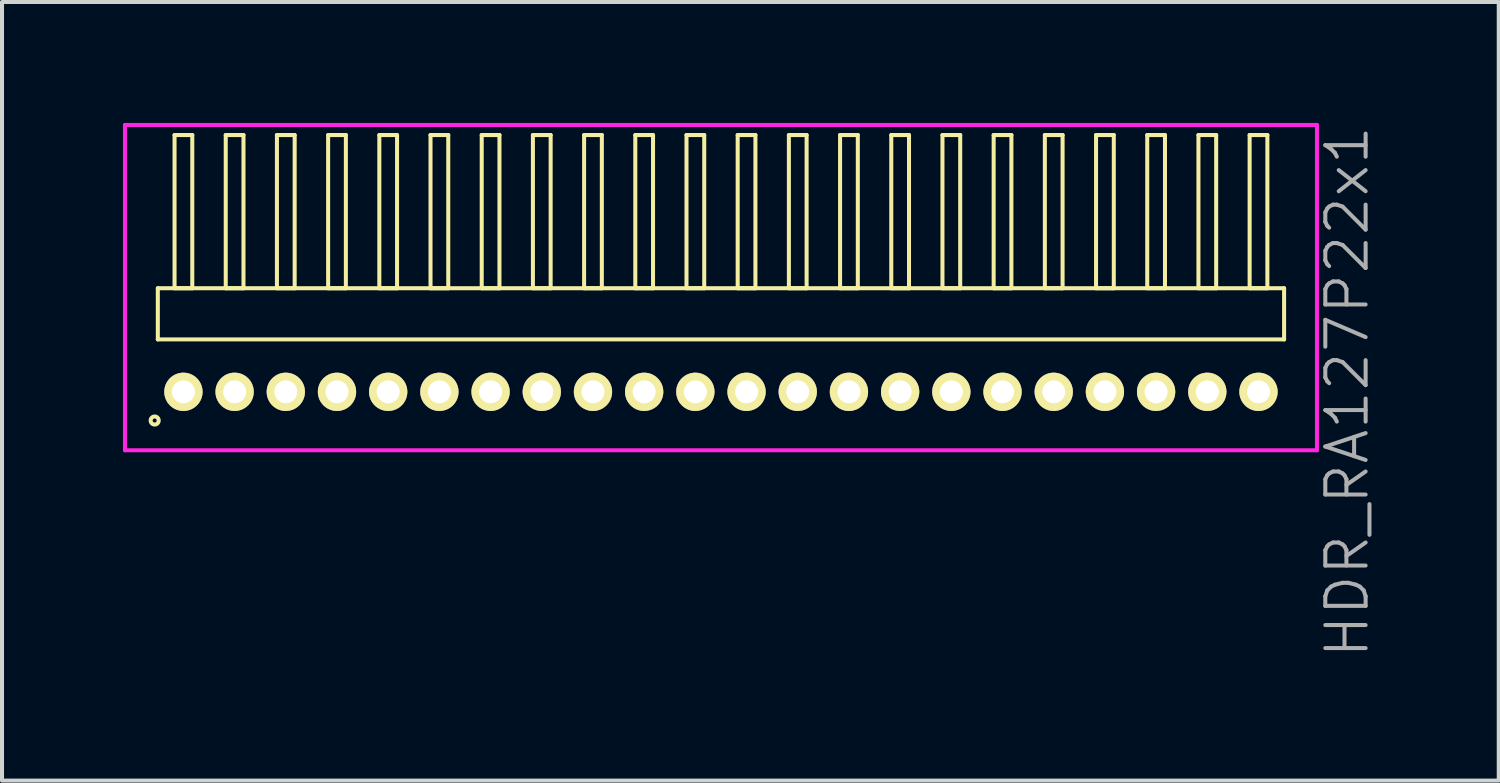
<source format=kicad_pcb>
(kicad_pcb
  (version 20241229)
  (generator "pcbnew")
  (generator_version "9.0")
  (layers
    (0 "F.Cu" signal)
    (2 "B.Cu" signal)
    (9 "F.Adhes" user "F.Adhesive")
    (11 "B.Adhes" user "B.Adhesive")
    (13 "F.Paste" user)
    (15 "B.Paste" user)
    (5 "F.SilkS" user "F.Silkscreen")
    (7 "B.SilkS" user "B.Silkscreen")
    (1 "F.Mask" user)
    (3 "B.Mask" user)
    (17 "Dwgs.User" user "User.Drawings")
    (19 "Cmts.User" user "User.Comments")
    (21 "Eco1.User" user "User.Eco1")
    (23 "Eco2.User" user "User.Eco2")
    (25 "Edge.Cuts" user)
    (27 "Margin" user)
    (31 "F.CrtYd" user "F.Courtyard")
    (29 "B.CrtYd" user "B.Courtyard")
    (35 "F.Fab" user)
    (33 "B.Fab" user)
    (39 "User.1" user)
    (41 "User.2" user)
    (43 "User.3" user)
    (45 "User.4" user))
  (footprint "HDR_RA127P22x1"
    (layer "F.Cu")
    (at 14.835 6.67)
    (property "Reference" "HDR_RA127P22x1" (at 15.535 0 90) (layer "F.Fab") (effects (font (size 1 1) (thickness 0.1))))
    (attr through_hole)
    (fp_line (start -13.97 -2.57) (end -13.97 -1.3) (stroke (width 0.1) (type solid)) (layer "F.SilkS"))
    (fp_line (start -13.97 -1.3) (end 13.97 -1.3) (stroke (width 0.1) (type solid)) (layer "F.SilkS"))
    (fp_line (start -13.555 -6.37) (end -13.555 -2.57) (stroke (width 0.1) (type solid)) (layer "F.SilkS"))
    (fp_line (start -13.555 -2.57) (end -13.115 -2.57) (stroke (width 0.1) (type solid)) (layer "F.SilkS"))
    (fp_line (start -13.115 -6.37) (end -13.555 -6.37) (stroke (width 0.1) (type solid)) (layer "F.SilkS"))
    (fp_line (start -13.115 -2.57) (end -13.115 -6.37) (stroke (width 0.1) (type solid)) (layer "F.SilkS"))
    (fp_line (start -12.285 -6.37) (end -12.285 -2.57) (stroke (width 0.1) (type solid)) (layer "F.SilkS"))
    (fp_line (start -12.285 -2.57) (end -11.845 -2.57) (stroke (width 0.1) (type solid)) (layer "F.SilkS"))
    (fp_line (start -11.845 -6.37) (end -12.285 -6.37) (stroke (width 0.1) (type solid)) (layer "F.SilkS"))
    (fp_line (start -11.845 -2.57) (end -11.845 -6.37) (stroke (width 0.1) (type solid)) (layer "F.SilkS"))
    (fp_line (start -11.015 -6.37) (end -11.015 -2.57) (stroke (width 0.1) (type solid)) (layer "F.SilkS"))
    (fp_line (start -11.015 -2.57) (end -10.575 -2.57) (stroke (width 0.1) (type solid)) (layer "F.SilkS"))
    (fp_line (start -10.575 -6.37) (end -11.015 -6.37) (stroke (width 0.1) (type solid)) (layer "F.SilkS"))
    (fp_line (start -10.575 -2.57) (end -10.575 -6.37) (stroke (width 0.1) (type solid)) (layer "F.SilkS"))
    (fp_line (start -9.745 -6.37) (end -9.745 -2.57) (stroke (width 0.1) (type solid)) (layer "F.SilkS"))
    (fp_line (start -9.745 -2.57) (end -9.305 -2.57) (stroke (width 0.1) (type solid)) (layer "F.SilkS"))
    (fp_line (start -9.305 -6.37) (end -9.745 -6.37) (stroke (width 0.1) (type solid)) (layer "F.SilkS"))
    (fp_line (start -9.305 -2.57) (end -9.305 -6.37) (stroke (width 0.1) (type solid)) (layer "F.SilkS"))
    (fp_line (start -8.475 -6.37) (end -8.475 -2.57) (stroke (width 0.1) (type solid)) (layer "F.SilkS"))
    (fp_line (start -8.475 -2.57) (end -8.035 -2.57) (stroke (width 0.1) (type solid)) (layer "F.SilkS"))
    (fp_line (start -8.035 -6.37) (end -8.475 -6.37) (stroke (width 0.1) (type solid)) (layer "F.SilkS"))
    (fp_line (start -8.035 -2.57) (end -8.035 -6.37) (stroke (width 0.1) (type solid)) (layer "F.SilkS"))
    (fp_line (start -7.205 -6.37) (end -7.205 -2.57) (stroke (width 0.1) (type solid)) (layer "F.SilkS"))
    (fp_line (start -7.205 -2.57) (end -6.765 -2.57) (stroke (width 0.1) (type solid)) (layer "F.SilkS"))
    (fp_line (start -6.765 -6.37) (end -7.205 -6.37) (stroke (width 0.1) (type solid)) (layer "F.SilkS"))
    (fp_line (start -6.765 -2.57) (end -6.765 -6.37) (stroke (width 0.1) (type solid)) (layer "F.SilkS"))
    (fp_line (start -5.935 -6.37) (end -5.935 -2.57) (stroke (width 0.1) (type solid)) (layer "F.SilkS"))
    (fp_line (start -5.935 -2.57) (end -5.495 -2.57) (stroke (width 0.1) (type solid)) (layer "F.SilkS"))
    (fp_line (start -5.495 -6.37) (end -5.935 -6.37) (stroke (width 0.1) (type solid)) (layer "F.SilkS"))
    (fp_line (start -5.495 -2.57) (end -5.495 -6.37) (stroke (width 0.1) (type solid)) (layer "F.SilkS"))
    (fp_line (start -4.665 -6.37) (end -4.665 -2.57) (stroke (width 0.1) (type solid)) (layer "F.SilkS"))
    (fp_line (start -4.665 -2.57) (end -4.225 -2.57) (stroke (width 0.1) (type solid)) (layer "F.SilkS"))
    (fp_line (start -4.225 -6.37) (end -4.665 -6.37) (stroke (width 0.1) (type solid)) (layer "F.SilkS"))
    (fp_line (start -4.225 -2.57) (end -4.225 -6.37) (stroke (width 0.1) (type solid)) (layer "F.SilkS"))
    (fp_line (start -3.395 -6.37) (end -3.395 -2.57) (stroke (width 0.1) (type solid)) (layer "F.SilkS"))
    (fp_line (start -3.395 -2.57) (end -2.955 -2.57) (stroke (width 0.1) (type solid)) (layer "F.SilkS"))
    (fp_line (start -2.955 -6.37) (end -3.395 -6.37) (stroke (width 0.1) (type solid)) (layer "F.SilkS"))
    (fp_line (start -2.955 -2.57) (end -2.955 -6.37) (stroke (width 0.1) (type solid)) (layer "F.SilkS"))
    (fp_line (start -2.125 -6.37) (end -2.125 -2.57) (stroke (width 0.1) (type solid)) (layer "F.SilkS"))
    (fp_line (start -2.125 -2.57) (end -1.685 -2.57) (stroke (width 0.1) (type solid)) (layer "F.SilkS"))
    (fp_line (start -1.685 -6.37) (end -2.125 -6.37) (stroke (width 0.1) (type solid)) (layer "F.SilkS"))
    (fp_line (start -1.685 -2.57) (end -1.685 -6.37) (stroke (width 0.1) (type solid)) (layer "F.SilkS"))
    (fp_line (start -0.855 -6.37) (end -0.855 -2.57) (stroke (width 0.1) (type solid)) (layer "F.SilkS"))
    (fp_line (start -0.855 -2.57) (end -0.415 -2.57) (stroke (width 0.1) (type solid)) (layer "F.SilkS"))
    (fp_line (start -0.415 -6.37) (end -0.855 -6.37) (stroke (width 0.1) (type solid)) (layer "F.SilkS"))
    (fp_line (start -0.415 -2.57) (end -0.415 -6.37) (stroke (width 0.1) (type solid)) (layer "F.SilkS"))
    (fp_line (start 0.415 -6.37) (end 0.415 -2.57) (stroke (width 0.1) (type solid)) (layer "F.SilkS"))
    (fp_line (start 0.415 -2.57) (end 0.855 -2.57) (stroke (width 0.1) (type solid)) (layer "F.SilkS"))
    (fp_line (start 0.855 -6.37) (end 0.415 -6.37) (stroke (width 0.1) (type solid)) (layer "F.SilkS"))
    (fp_line (start 0.855 -2.57) (end 0.855 -6.37) (stroke (width 0.1) (type solid)) (layer "F.SilkS"))
    (fp_line (start 1.685 -6.37) (end 1.685 -2.57) (stroke (width 0.1) (type solid)) (layer "F.SilkS"))
    (fp_line (start 1.685 -2.57) (end 2.125 -2.57) (stroke (width 0.1) (type solid)) (layer "F.SilkS"))
    (fp_line (start 2.125 -6.37) (end 1.685 -6.37) (stroke (width 0.1) (type solid)) (layer "F.SilkS"))
    (fp_line (start 2.125 -2.57) (end 2.125 -6.37) (stroke (width 0.1) (type solid)) (layer "F.SilkS"))
    (fp_line (start 2.955 -6.37) (end 2.955 -2.57) (stroke (width 0.1) (type solid)) (layer "F.SilkS"))
    (fp_line (start 2.955 -2.57) (end 3.395 -2.57) (stroke (width 0.1) (type solid)) (layer "F.SilkS"))
    (fp_line (start 3.395 -6.37) (end 2.955 -6.37) (stroke (width 0.1) (type solid)) (layer "F.SilkS"))
    (fp_line (start 3.395 -2.57) (end 3.395 -6.37) (stroke (width 0.1) (type solid)) (layer "F.SilkS"))
    (fp_line (start 4.225 -6.37) (end 4.225 -2.57) (stroke (width 0.1) (type solid)) (layer "F.SilkS"))
    (fp_line (start 4.225 -2.57) (end 4.665 -2.57) (stroke (width 0.1) (type solid)) (layer "F.SilkS"))
    (fp_line (start 4.665 -6.37) (end 4.225 -6.37) (stroke (width 0.1) (type solid)) (layer "F.SilkS"))
    (fp_line (start 4.665 -2.57) (end 4.665 -6.37) (stroke (width 0.1) (type solid)) (layer "F.SilkS"))
    (fp_line (start 5.495 -6.37) (end 5.495 -2.57) (stroke (width 0.1) (type solid)) (layer "F.SilkS"))
    (fp_line (start 5.495 -2.57) (end 5.935 -2.57) (stroke (width 0.1) (type solid)) (layer "F.SilkS"))
    (fp_line (start 5.935 -6.37) (end 5.495 -6.37) (stroke (width 0.1) (type solid)) (layer "F.SilkS"))
    (fp_line (start 5.935 -2.57) (end 5.935 -6.37) (stroke (width 0.1) (type solid)) (layer "F.SilkS"))
    (fp_line (start 6.765 -6.37) (end 6.765 -2.57) (stroke (width 0.1) (type solid)) (layer "F.SilkS"))
    (fp_line (start 6.765 -2.57) (end 7.205 -2.57) (stroke (width 0.1) (type solid)) (layer "F.SilkS"))
    (fp_line (start 7.205 -6.37) (end 6.765 -6.37) (stroke (width 0.1) (type solid)) (layer "F.SilkS"))
    (fp_line (start 7.205 -2.57) (end 7.205 -6.37) (stroke (width 0.1) (type solid)) (layer "F.SilkS"))
    (fp_line (start 8.035 -6.37) (end 8.035 -2.57) (stroke (width 0.1) (type solid)) (layer "F.SilkS"))
    (fp_line (start 8.035 -2.57) (end 8.475 -2.57) (stroke (width 0.1) (type solid)) (layer "F.SilkS"))
    (fp_line (start 8.475 -6.37) (end 8.035 -6.37) (stroke (width 0.1) (type solid)) (layer "F.SilkS"))
    (fp_line (start 8.475 -2.57) (end 8.475 -6.37) (stroke (width 0.1) (type solid)) (layer "F.SilkS"))
    (fp_line (start 9.305 -6.37) (end 9.305 -2.57) (stroke (width 0.1) (type solid)) (layer "F.SilkS"))
    (fp_line (start 9.305 -2.57) (end 9.745 -2.57) (stroke (width 0.1) (type solid)) (layer "F.SilkS"))
    (fp_line (start 9.745 -6.37) (end 9.305 -6.37) (stroke (width 0.1) (type solid)) (layer "F.SilkS"))
    (fp_line (start 9.745 -2.57) (end 9.745 -6.37) (stroke (width 0.1) (type solid)) (layer "F.SilkS"))
    (fp_line (start 10.575 -6.37) (end 10.575 -2.57) (stroke (width 0.1) (type solid)) (layer "F.SilkS"))
    (fp_line (start 10.575 -2.57) (end 11.015 -2.57) (stroke (width 0.1) (type solid)) (layer "F.SilkS"))
    (fp_line (start 11.015 -6.37) (end 10.575 -6.37) (stroke (width 0.1) (type solid)) (layer "F.SilkS"))
    (fp_line (start 11.015 -2.57) (end 11.015 -6.37) (stroke (width 0.1) (type solid)) (layer "F.SilkS"))
    (fp_line (start 11.845 -6.37) (end 11.845 -2.57) (stroke (width 0.1) (type solid)) (layer "F.SilkS"))
    (fp_line (start 11.845 -2.57) (end 12.285 -2.57) (stroke (width 0.1) (type solid)) (layer "F.SilkS"))
    (fp_line (start 12.285 -6.37) (end 11.845 -6.37) (stroke (width 0.1) (type solid)) (layer "F.SilkS"))
    (fp_line (start 12.285 -2.57) (end 12.285 -6.37) (stroke (width 0.1) (type solid)) (layer "F.SilkS"))
    (fp_line (start 13.115 -6.37) (end 13.115 -2.57) (stroke (width 0.1) (type solid)) (layer "F.SilkS"))
    (fp_line (start 13.115 -2.57) (end 13.555 -2.57) (stroke (width 0.1) (type solid)) (layer "F.SilkS"))
    (fp_line (start 13.555 -6.37) (end 13.115 -6.37) (stroke (width 0.1) (type solid)) (layer "F.SilkS"))
    (fp_line (start 13.555 -2.57) (end 13.555 -6.37) (stroke (width 0.1) (type solid)) (layer "F.SilkS"))
    (fp_line (start 13.97 -2.57) (end -13.97 -2.57) (stroke (width 0.1) (type solid)) (layer "F.SilkS"))
    (fp_line (start 13.97 -1.3) (end 13.97 -2.57) (stroke (width 0.1) (type solid)) (layer "F.SilkS"))
    (fp_circle (center -14.048 0.712) (end -13.948 0.712) (stroke (width 0.1) (type solid)) (fill no) (layer "F.SilkS"))
    (fp_line (start -14.785 -6.62) (end -14.785 1.45) (stroke (width 0.1) (type solid)) (layer "F.CrtYd"))
    (fp_line (start -14.785 1.45) (end 14.785 1.45) (stroke (width 0.1) (type solid)) (layer "F.CrtYd"))
    (fp_line (start 14.785 -6.62) (end -14.785 -6.62) (stroke (width 0.1) (type solid)) (layer "F.CrtYd"))
    (fp_line (start 14.785 1.45) (end 14.785 -6.62) (stroke (width 0.1) (type solid)) (layer "F.CrtYd"))
    (pad "1" thru_hole oval (at -13.335 0) (size 0.95 0.95) (drill 0.57) (layers "*.Cu" "*.Mask" "F.SilkS"))
    (pad "2" thru_hole oval (at -12.065 0) (size 0.95 0.95) (drill 0.57) (layers "*.Cu" "*.Mask" "F.SilkS"))
    (pad "3" thru_hole oval (at -10.795 0) (size 0.95 0.95) (drill 0.57) (layers "*.Cu" "*.Mask" "F.SilkS"))
    (pad "4" thru_hole oval (at -9.525 0) (size 0.95 0.95) (drill 0.57) (layers "*.Cu" "*.Mask" "F.SilkS"))
    (pad "5" thru_hole oval (at -8.255 0) (size 0.95 0.95) (drill 0.57) (layers "*.Cu" "*.Mask" "F.SilkS"))
    (pad "6" thru_hole oval (at -6.985 0) (size 0.95 0.95) (drill 0.57) (layers "*.Cu" "*.Mask" "F.SilkS"))
    (pad "7" thru_hole oval (at -5.715 0) (size 0.95 0.95) (drill 0.57) (layers "*.Cu" "*.Mask" "F.SilkS"))
    (pad "8" thru_hole oval (at -4.445 0) (size 0.95 0.95) (drill 0.57) (layers "*.Cu" "*.Mask" "F.SilkS"))
    (pad "9" thru_hole oval (at -3.175 0) (size 0.95 0.95) (drill 0.57) (layers "*.Cu" "*.Mask" "F.SilkS"))
    (pad "10" thru_hole oval (at -1.905 0) (size 0.95 0.95) (drill 0.57) (layers "*.Cu" "*.Mask" "F.SilkS"))
    (pad "11" thru_hole oval (at -0.635 0) (size 0.95 0.95) (drill 0.57) (layers "*.Cu" "*.Mask" "F.SilkS"))
    (pad "12" thru_hole oval (at 0.635 0) (size 0.95 0.95) (drill 0.57) (layers "*.Cu" "*.Mask" "F.SilkS"))
    (pad "13" thru_hole oval (at 1.905 0) (size 0.95 0.95) (drill 0.57) (layers "*.Cu" "*.Mask" "F.SilkS"))
    (pad "14" thru_hole oval (at 3.175 0) (size 0.95 0.95) (drill 0.57) (layers "*.Cu" "*.Mask" "F.SilkS"))
    (pad "15" thru_hole oval (at 4.445 0) (size 0.95 0.95) (drill 0.57) (layers "*.Cu" "*.Mask" "F.SilkS"))
    (pad "16" thru_hole oval (at 5.715 0) (size 0.95 0.95) (drill 0.57) (layers "*.Cu" "*.Mask" "F.SilkS"))
    (pad "17" thru_hole oval (at 6.985 0) (size 0.95 0.95) (drill 0.57) (layers "*.Cu" "*.Mask" "F.SilkS"))
    (pad "18" thru_hole oval (at 8.255 0) (size 0.95 0.95) (drill 0.57) (layers "*.Cu" "*.Mask" "F.SilkS"))
    (pad "19" thru_hole oval (at 9.525 0) (size 0.95 0.95) (drill 0.57) (layers "*.Cu" "*.Mask" "F.SilkS"))
    (pad "20" thru_hole oval (at 10.795 0) (size 0.95 0.95) (drill 0.57) (layers "*.Cu" "*.Mask" "F.SilkS"))
    (pad "21" thru_hole oval (at 12.065 0) (size 0.95 0.95) (drill 0.57) (layers "*.Cu" "*.Mask" "F.SilkS"))
    (pad "22" thru_hole oval (at 13.335 0) (size 0.95 0.95) (drill 0.57) (layers "*.Cu" "*.Mask" "F.SilkS")))
  (gr_rect
    (start -3 -3)
    (end 34.13 16.315)
    (stroke (width 0.1) (type default))
    (fill no)
    (layer "Edge.Cuts")))
</source>
